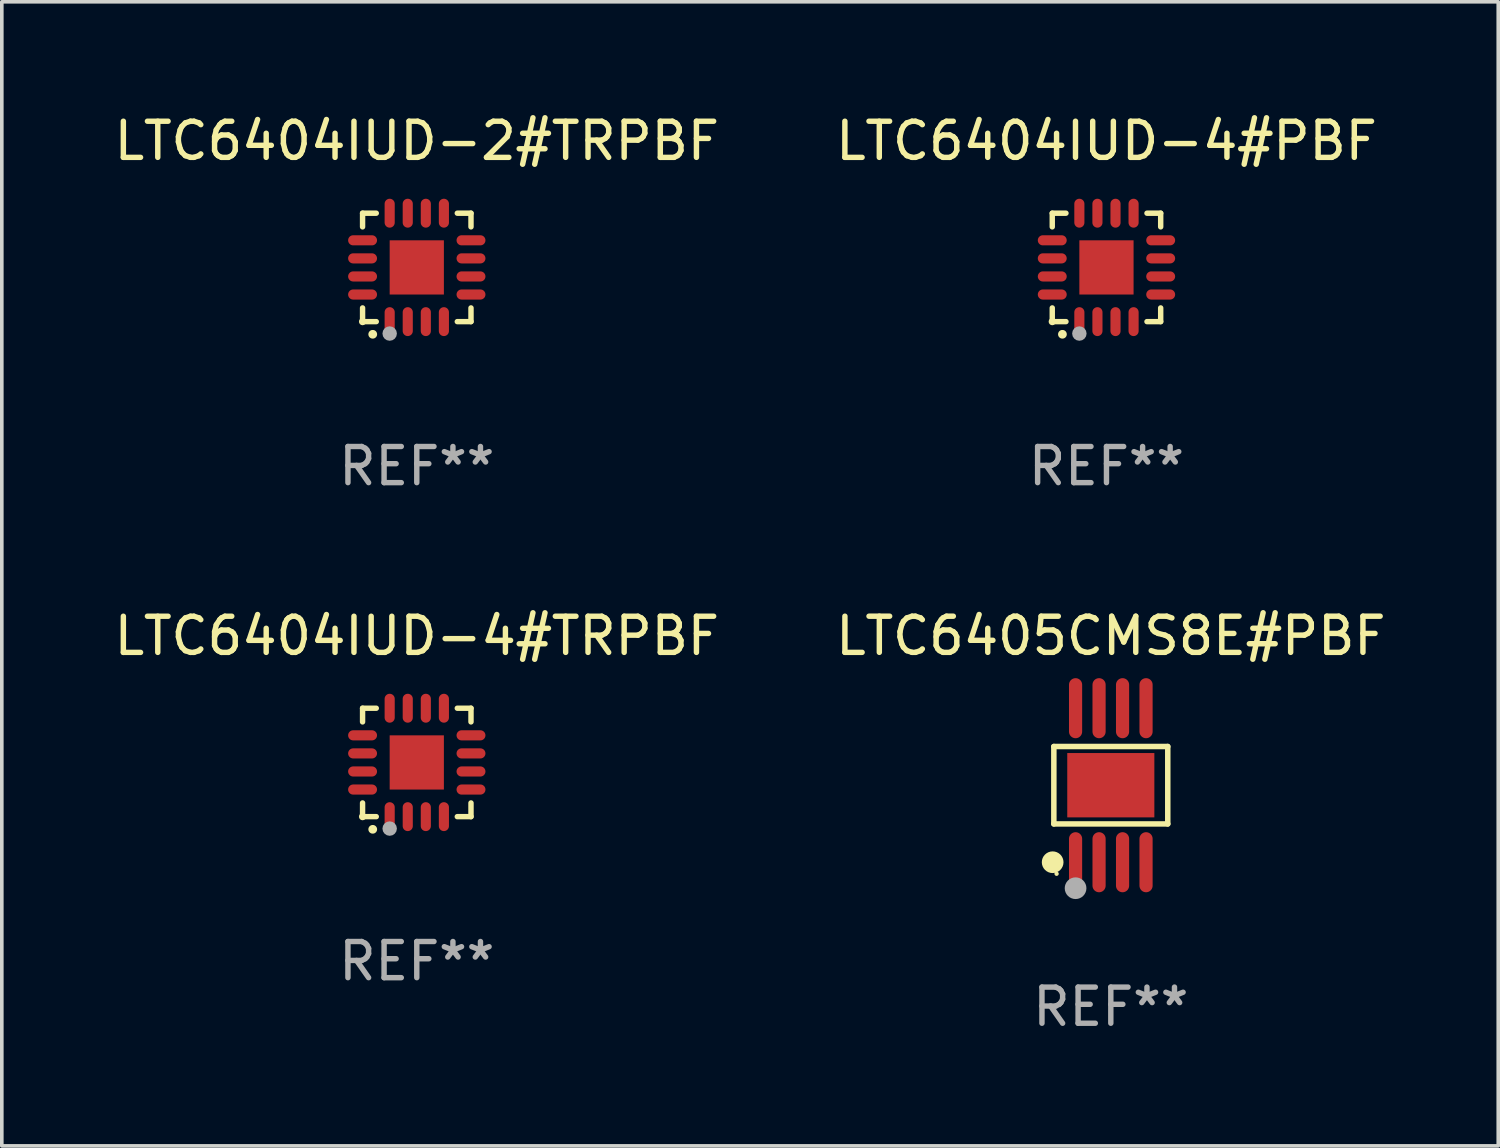
<source format=kicad_pcb>
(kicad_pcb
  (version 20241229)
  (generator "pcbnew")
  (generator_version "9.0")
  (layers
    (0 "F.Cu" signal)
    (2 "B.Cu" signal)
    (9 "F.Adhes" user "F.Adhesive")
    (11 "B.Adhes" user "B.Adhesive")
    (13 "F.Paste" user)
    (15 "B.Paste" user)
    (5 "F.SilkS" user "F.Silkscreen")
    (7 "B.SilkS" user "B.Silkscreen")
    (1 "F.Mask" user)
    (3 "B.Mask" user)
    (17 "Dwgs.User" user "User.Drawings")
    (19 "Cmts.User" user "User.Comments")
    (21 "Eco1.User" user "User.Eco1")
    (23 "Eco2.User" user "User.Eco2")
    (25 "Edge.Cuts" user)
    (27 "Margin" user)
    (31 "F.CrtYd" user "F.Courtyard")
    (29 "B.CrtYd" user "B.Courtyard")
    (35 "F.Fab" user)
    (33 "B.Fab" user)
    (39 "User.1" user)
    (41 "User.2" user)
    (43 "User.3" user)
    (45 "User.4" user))
  (footprint "LTC6404IUD-2#TRPBF"
    (layer "F.Cu")
    (at 8.482 4.349)
    (property "Reference" "LTC6404IUD-2#TRPBF" (at 0 -3.5 0) (layer "F.SilkS") (effects (font (size 1 1) (thickness 0.15))))
    (attr through_hole)
    (fp_line (start -1.5 -1.5) (end -1.121 -1.5) (stroke (width 0.15) (type solid)) (layer "F.SilkS"))
    (fp_line (start -1.5 -1.122) (end -1.5 -1.5) (stroke (width 0.15) (type solid)) (layer "F.SilkS"))
    (fp_line (start -1.5 1.5) (end -1.5 1.121) (stroke (width 0.15) (type solid)) (layer "F.SilkS"))
    (fp_line (start -1.121 1.5) (end -1.5 1.5) (stroke (width 0.15) (type solid)) (layer "F.SilkS"))
    (fp_line (start 1.121 -1.5) (end 1.5 -1.5) (stroke (width 0.15) (type solid)) (layer "F.SilkS"))
    (fp_line (start 1.5 -1.5) (end 1.5 -1.122) (stroke (width 0.15) (type solid)) (layer "F.SilkS"))
    (fp_line (start 1.5 1.121) (end 1.5 1.5) (stroke (width 0.15) (type solid)) (layer "F.SilkS"))
    (fp_line (start 1.5 1.5) (end 1.121 1.5) (stroke (width 0.15) (type solid)) (layer "F.SilkS"))
    (fp_arc (start -1.219926 1.850254) (mid -1.21891 1.85025) (end -1.217894 1.850254) (stroke (width 0.240005) (type solid)) (layer "F.SilkS"))
    (fp_circle (center -1.5 1.5) (end -1.45 1.5) (stroke (width 0.1) (type solid)) (fill no) (layer "F.SilkS"))
    (fp_circle (center -0.75 1.83) (end -0.65 1.83) (stroke (width 0.2) (type solid)) (fill no) (layer "F.Fab"))
    (fp_text user "REF**" (at 0 5.5 0) (layer "F.Fab") (effects (font (size 1 1) (thickness 0.15))))
    (pad "1" smd oval (at -0.75 1.5) (size 0.28 0.8) (layers "F.Cu" "F.Mask" "F.Paste"))
    (pad "2" smd oval (at -0.25 1.5) (size 0.28 0.8) (layers "F.Cu" "F.Mask" "F.Paste"))
    (pad "3" smd oval (at 0.25 1.5) (size 0.28 0.8) (layers "F.Cu" "F.Mask" "F.Paste"))
    (pad "4" smd oval (at 0.75 1.5) (size 0.28 0.8) (layers "F.Cu" "F.Mask" "F.Paste"))
    (pad "5" smd oval (at 1.5 0.75) (size 0.8 0.28) (layers "F.Cu" "F.Mask" "F.Paste"))
    (pad "6" smd oval (at 1.5 0.25) (size 0.8 0.28) (layers "F.Cu" "F.Mask" "F.Paste"))
    (pad "7" smd oval (at 1.5 -0.25) (size 0.8 0.28) (layers "F.Cu" "F.Mask" "F.Paste"))
    (pad "8" smd oval (at 1.5 -0.75) (size 0.8 0.28) (layers "F.Cu" "F.Mask" "F.Paste"))
    (pad "9" smd oval (at 0.75 -1.5) (size 0.28 0.8) (layers "F.Cu" "F.Mask" "F.Paste"))
    (pad "10" smd oval (at 0.25 -1.5) (size 0.28 0.8) (layers "F.Cu" "F.Mask" "F.Paste"))
    (pad "11" smd oval (at -0.25 -1.5) (size 0.28 0.8) (layers "F.Cu" "F.Mask" "F.Paste"))
    (pad "12" smd oval (at -0.75 -1.5) (size 0.28 0.8) (layers "F.Cu" "F.Mask" "F.Paste"))
    (pad "13" smd oval (at -1.5 -0.75) (size 0.8 0.28) (layers "F.Cu" "F.Mask" "F.Paste"))
    (pad "14" smd oval (at -1.5 -0.25) (size 0.8 0.28) (layers "F.Cu" "F.Mask" "F.Paste"))
    (pad "15" smd oval (at -1.5 0.25) (size 0.8 0.28) (layers "F.Cu" "F.Mask" "F.Paste"))
    (pad "16" smd oval (at -1.5 0.75) (size 0.8 0.28) (layers "F.Cu" "F.Mask" "F.Paste"))
    (pad "17" smd rect (at -0.000064 0.000165) (size 1.5 1.5) (layers "F.Cu" "F.Mask" "F.Paste")))
  (footprint "LTC6404IUD-4#PBF"
    (layer "F.Cu")
    (at 27.565 4.349)
    (property "Reference" "LTC6404IUD-4#PBF" (at 0 -3.5 0) (layer "F.SilkS") (effects (font (size 1 1) (thickness 0.15))))
    (attr through_hole)
    (fp_line (start -1.5 -1.5) (end -1.121 -1.5) (stroke (width 0.15) (type solid)) (layer "F.SilkS"))
    (fp_line (start -1.5 -1.122) (end -1.5 -1.5) (stroke (width 0.15) (type solid)) (layer "F.SilkS"))
    (fp_line (start -1.5 1.5) (end -1.5 1.121) (stroke (width 0.15) (type solid)) (layer "F.SilkS"))
    (fp_line (start -1.121 1.5) (end -1.5 1.5) (stroke (width 0.15) (type solid)) (layer "F.SilkS"))
    (fp_line (start 1.121 -1.5) (end 1.5 -1.5) (stroke (width 0.15) (type solid)) (layer "F.SilkS"))
    (fp_line (start 1.5 -1.5) (end 1.5 -1.122) (stroke (width 0.15) (type solid)) (layer "F.SilkS"))
    (fp_line (start 1.5 1.121) (end 1.5 1.5) (stroke (width 0.15) (type solid)) (layer "F.SilkS"))
    (fp_line (start 1.5 1.5) (end 1.121 1.5) (stroke (width 0.15) (type solid)) (layer "F.SilkS"))
    (fp_arc (start -1.219926 1.850254) (mid -1.21891 1.85025) (end -1.217894 1.850254) (stroke (width 0.240005) (type solid)) (layer "F.SilkS"))
    (fp_circle (center -1.5 1.5) (end -1.45 1.5) (stroke (width 0.1) (type solid)) (fill no) (layer "F.SilkS"))
    (fp_circle (center -0.75 1.83) (end -0.65 1.83) (stroke (width 0.2) (type solid)) (fill no) (layer "F.Fab"))
    (fp_text user "REF**" (at 0 5.5 0) (layer "F.Fab") (effects (font (size 1 1) (thickness 0.15))))
    (pad "1" smd oval (at -0.75 1.5) (size 0.28 0.8) (layers "F.Cu" "F.Mask" "F.Paste"))
    (pad "2" smd oval (at -0.25 1.5) (size 0.28 0.8) (layers "F.Cu" "F.Mask" "F.Paste"))
    (pad "3" smd oval (at 0.25 1.5) (size 0.28 0.8) (layers "F.Cu" "F.Mask" "F.Paste"))
    (pad "4" smd oval (at 0.75 1.5) (size 0.28 0.8) (layers "F.Cu" "F.Mask" "F.Paste"))
    (pad "5" smd oval (at 1.5 0.75) (size 0.8 0.28) (layers "F.Cu" "F.Mask" "F.Paste"))
    (pad "6" smd oval (at 1.5 0.25) (size 0.8 0.28) (layers "F.Cu" "F.Mask" "F.Paste"))
    (pad "7" smd oval (at 1.5 -0.25) (size 0.8 0.28) (layers "F.Cu" "F.Mask" "F.Paste"))
    (pad "8" smd oval (at 1.5 -0.75) (size 0.8 0.28) (layers "F.Cu" "F.Mask" "F.Paste"))
    (pad "9" smd oval (at 0.75 -1.5) (size 0.28 0.8) (layers "F.Cu" "F.Mask" "F.Paste"))
    (pad "10" smd oval (at 0.25 -1.5) (size 0.28 0.8) (layers "F.Cu" "F.Mask" "F.Paste"))
    (pad "11" smd oval (at -0.25 -1.5) (size 0.28 0.8) (layers "F.Cu" "F.Mask" "F.Paste"))
    (pad "12" smd oval (at -0.75 -1.5) (size 0.28 0.8) (layers "F.Cu" "F.Mask" "F.Paste"))
    (pad "13" smd oval (at -1.5 -0.75) (size 0.8 0.28) (layers "F.Cu" "F.Mask" "F.Paste"))
    (pad "14" smd oval (at -1.5 -0.25) (size 0.8 0.28) (layers "F.Cu" "F.Mask" "F.Paste"))
    (pad "15" smd oval (at -1.5 0.25) (size 0.8 0.28) (layers "F.Cu" "F.Mask" "F.Paste"))
    (pad "16" smd oval (at -1.5 0.75) (size 0.8 0.28) (layers "F.Cu" "F.Mask" "F.Paste"))
    (pad "17" smd rect (at -0.000064 0.000165) (size 1.5 1.5) (layers "F.Cu" "F.Mask" "F.Paste")))
  (footprint "LTC6405CMS8E#PBF"
    (layer "F.Cu")
    (at 27.685 18.676)
    (property "Reference" "LTC6405CMS8E#PBF" (at 0 -4.131 0) (layer "F.SilkS") (effects (font (size 1 1) (thickness 0.15))))
    (attr through_hole)
    (fp_line (start -1.576 -1.071) (end 1.576 -1.071) (stroke (width 0.152) (type solid)) (layer "F.SilkS"))
    (fp_line (start -1.576 1.071) (end -1.576 -1.071) (stroke (width 0.152) (type solid)) (layer "F.SilkS"))
    (fp_line (start 1.576 -1.071) (end 1.576 1.071) (stroke (width 0.152) (type solid)) (layer "F.SilkS"))
    (fp_line (start 1.576 1.071) (end -1.576 1.071) (stroke (width 0.152) (type solid)) (layer "F.SilkS"))
    (fp_circle (center -1.609 2.131) (end -1.459 2.131) (stroke (width 0.3) (type solid)) (fill no) (layer "F.SilkS"))
    (fp_circle (center -1.5 2.45) (end -1.47 2.45) (stroke (width 0.06) (type solid)) (fill no) (layer "F.SilkS"))
    (fp_circle (center -0.975 2.85) (end -0.825 2.85) (stroke (width 0.3) (type solid)) (fill no) (layer "F.Fab"))
    (fp_text user "REF**" (at 0 6.131 0) (layer "F.Fab") (effects (font (size 1 1) (thickness 0.15))))
    (pad "1" smd oval (at -0.975 2.131) (size 0.364 1.662) (layers "F.Cu" "F.Mask" "F.Paste"))
    (pad "2" smd oval (at -0.325 2.131) (size 0.364 1.662) (layers "F.Cu" "F.Mask" "F.Paste"))
    (pad "3" smd oval (at 0.325 2.131) (size 0.364 1.662) (layers "F.Cu" "F.Mask" "F.Paste"))
    (pad "4" smd oval (at 0.975 2.131) (size 0.364 1.662) (layers "F.Cu" "F.Mask" "F.Paste"))
    (pad "5" smd oval (at 0.975 -2.131) (size 0.364 1.662) (layers "F.Cu" "F.Mask" "F.Paste"))
    (pad "6" smd oval (at 0.325 -2.131) (size 0.364 1.662) (layers "F.Cu" "F.Mask" "F.Paste"))
    (pad "7" smd oval (at -0.325 -2.131) (size 0.364 1.662) (layers "F.Cu" "F.Mask" "F.Paste"))
    (pad "8" smd oval (at -0.975 -2.131) (size 0.364 1.662) (layers "F.Cu" "F.Mask" "F.Paste"))
    (pad "9" smd rect (at 0 0) (size 2.41 1.78) (layers "F.Cu" "F.Mask" "F.Paste")))
  (footprint "LTC6404IUD-4#TRPBF"
    (layer "F.Cu")
    (at 8.482 18.046)
    (property "Reference" "LTC6404IUD-4#TRPBF" (at 0 -3.5 0) (layer "F.SilkS") (effects (font (size 1 1) (thickness 0.15))))
    (attr through_hole)
    (fp_line (start -1.5 -1.5) (end -1.121 -1.5) (stroke (width 0.15) (type solid)) (layer "F.SilkS"))
    (fp_line (start -1.5 -1.122) (end -1.5 -1.5) (stroke (width 0.15) (type solid)) (layer "F.SilkS"))
    (fp_line (start -1.5 1.5) (end -1.5 1.121) (stroke (width 0.15) (type solid)) (layer "F.SilkS"))
    (fp_line (start -1.121 1.5) (end -1.5 1.5) (stroke (width 0.15) (type solid)) (layer "F.SilkS"))
    (fp_line (start 1.121 -1.5) (end 1.5 -1.5) (stroke (width 0.15) (type solid)) (layer "F.SilkS"))
    (fp_line (start 1.5 -1.5) (end 1.5 -1.122) (stroke (width 0.15) (type solid)) (layer "F.SilkS"))
    (fp_line (start 1.5 1.121) (end 1.5 1.5) (stroke (width 0.15) (type solid)) (layer "F.SilkS"))
    (fp_line (start 1.5 1.5) (end 1.121 1.5) (stroke (width 0.15) (type solid)) (layer "F.SilkS"))
    (fp_arc (start -1.219926 1.850254) (mid -1.21891 1.85025) (end -1.217894 1.850254) (stroke (width 0.240005) (type solid)) (layer "F.SilkS"))
    (fp_circle (center -1.5 1.5) (end -1.45 1.5) (stroke (width 0.1) (type solid)) (fill no) (layer "F.SilkS"))
    (fp_circle (center -0.75 1.83) (end -0.65 1.83) (stroke (width 0.2) (type solid)) (fill no) (layer "F.Fab"))
    (fp_text user "REF**" (at 0 5.5 0) (layer "F.Fab") (effects (font (size 1 1) (thickness 0.15))))
    (pad "1" smd oval (at -0.75 1.5) (size 0.28 0.8) (layers "F.Cu" "F.Mask" "F.Paste"))
    (pad "2" smd oval (at -0.25 1.5) (size 0.28 0.8) (layers "F.Cu" "F.Mask" "F.Paste"))
    (pad "3" smd oval (at 0.25 1.5) (size 0.28 0.8) (layers "F.Cu" "F.Mask" "F.Paste"))
    (pad "4" smd oval (at 0.75 1.5) (size 0.28 0.8) (layers "F.Cu" "F.Mask" "F.Paste"))
    (pad "5" smd oval (at 1.5 0.75) (size 0.8 0.28) (layers "F.Cu" "F.Mask" "F.Paste"))
    (pad "6" smd oval (at 1.5 0.25) (size 0.8 0.28) (layers "F.Cu" "F.Mask" "F.Paste"))
    (pad "7" smd oval (at 1.5 -0.25) (size 0.8 0.28) (layers "F.Cu" "F.Mask" "F.Paste"))
    (pad "8" smd oval (at 1.5 -0.75) (size 0.8 0.28) (layers "F.Cu" "F.Mask" "F.Paste"))
    (pad "9" smd oval (at 0.75 -1.5) (size 0.28 0.8) (layers "F.Cu" "F.Mask" "F.Paste"))
    (pad "10" smd oval (at 0.25 -1.5) (size 0.28 0.8) (layers "F.Cu" "F.Mask" "F.Paste"))
    (pad "11" smd oval (at -0.25 -1.5) (size 0.28 0.8) (layers "F.Cu" "F.Mask" "F.Paste"))
    (pad "12" smd oval (at -0.75 -1.5) (size 0.28 0.8) (layers "F.Cu" "F.Mask" "F.Paste"))
    (pad "13" smd oval (at -1.5 -0.75) (size 0.8 0.28) (layers "F.Cu" "F.Mask" "F.Paste"))
    (pad "14" smd oval (at -1.5 -0.25) (size 0.8 0.28) (layers "F.Cu" "F.Mask" "F.Paste"))
    (pad "15" smd oval (at -1.5 0.25) (size 0.8 0.28) (layers "F.Cu" "F.Mask" "F.Paste"))
    (pad "16" smd oval (at -1.5 0.75) (size 0.8 0.28) (layers "F.Cu" "F.Mask" "F.Paste"))
    (pad "17" smd rect (at -0.000064 0.000165) (size 1.5 1.5) (layers "F.Cu" "F.Mask" "F.Paste")))
  (gr_rect
    (start -3 -3)
    (end 38.405 28.656)
    (stroke (width 0.1) (type default))
    (fill no)
    (layer "Edge.Cuts")))
</source>
